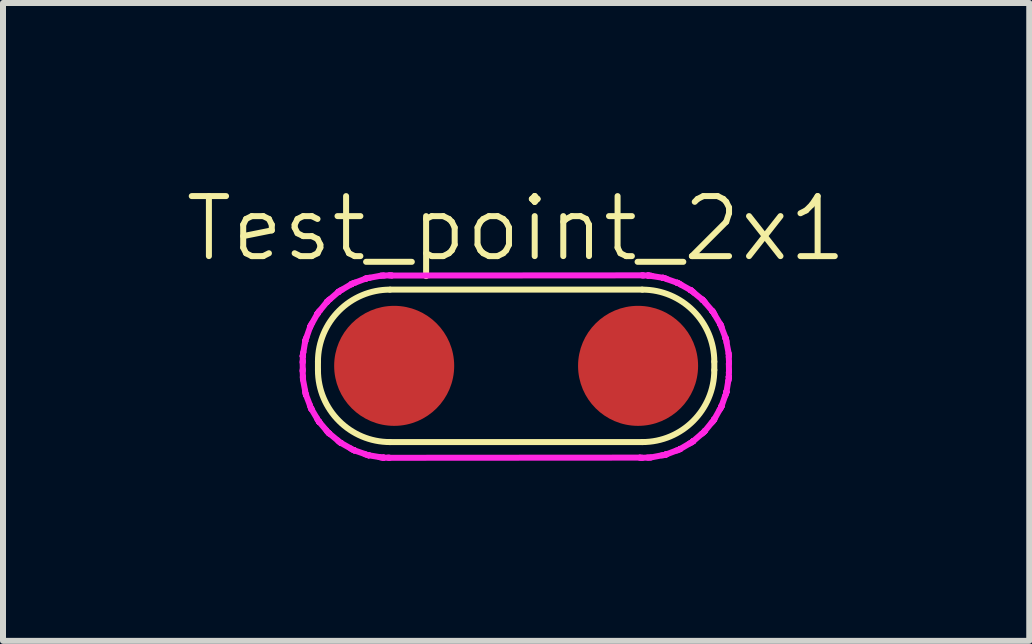
<source format=kicad_pcb>
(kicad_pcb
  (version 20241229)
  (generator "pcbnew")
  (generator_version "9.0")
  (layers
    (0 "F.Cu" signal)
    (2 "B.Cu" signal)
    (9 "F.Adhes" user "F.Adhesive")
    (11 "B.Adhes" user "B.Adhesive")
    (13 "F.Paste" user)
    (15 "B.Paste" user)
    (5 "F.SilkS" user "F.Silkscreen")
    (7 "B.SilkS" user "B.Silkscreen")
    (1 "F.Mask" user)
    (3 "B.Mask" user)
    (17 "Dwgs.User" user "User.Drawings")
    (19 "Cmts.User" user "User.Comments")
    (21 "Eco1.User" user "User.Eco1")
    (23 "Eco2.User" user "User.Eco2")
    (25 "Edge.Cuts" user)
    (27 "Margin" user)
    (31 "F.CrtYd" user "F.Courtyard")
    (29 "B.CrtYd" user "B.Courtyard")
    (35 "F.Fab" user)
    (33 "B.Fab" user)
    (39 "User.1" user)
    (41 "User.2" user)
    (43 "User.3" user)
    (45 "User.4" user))
  (footprint "Test_point_2x1"
    (layer "F.Cu")
    (at 5.55 3.046)
    (property "Reference" "Test_point_2x1" (at 0 -2.286 0) (unlocked yes) (layer "F.SilkS") (effects (font (size 1 1) (thickness 0.1))))
    (attr smd)
    (fp_line (start -3.302 0.07) (end -3.302 -0.07) (stroke (width 0.1) (type default)) (layer "F.SilkS"))
    (fp_line (start -2.102 -1.27) (end 2.102 -1.27) (stroke (width 0.1) (type default)) (layer "F.SilkS"))
    (fp_line (start 2.102 1.27) (end -2.102 1.27) (stroke (width 0.1) (type default)) (layer "F.SilkS"))
    (fp_line (start 3.302 -0.07) (end 3.302 0.07) (stroke (width 0.1) (type default)) (layer "F.SilkS"))
    (fp_arc (start -3.302 -0.07) (mid -2.950528 -0.918528) (end -2.102 -1.27) (stroke (width 0.1) (type default)) (layer "F.SilkS"))
    (fp_arc (start -2.102 1.27) (mid -2.950528 0.918528) (end -3.302 0.07) (stroke (width 0.1) (type default)) (layer "F.SilkS"))
    (fp_arc (start 2.102 -1.27) (mid 2.950528 -0.918528) (end 3.302 -0.07) (stroke (width 0.1) (type default)) (layer "F.SilkS"))
    (fp_arc (start 3.302 0.07) (mid 2.950528 0.918528) (end 2.102 1.27) (stroke (width 0.1) (type default)) (layer "F.SilkS"))
    (fp_line (start -3.557 -0.056) (end -3.556 -0.068) (stroke (width 0.1) (type default)) (layer "F.CrtYd"))
    (fp_line (start -3.557 0.089) (end -3.557 0.077) (stroke (width 0.1) (type default)) (layer "F.CrtYd"))
    (fp_line (start -3.557 0.077) (end -3.555 0.056) (stroke (width 0.1) (type default)) (layer "F.CrtYd"))
    (fp_line (start -3.556 -0.068) (end -3.555 -0.086) (stroke (width 0.1) (type default)) (layer "F.CrtYd"))
    (fp_line (start -3.555 0.056) (end -3.557 -0.056) (stroke (width 0.1) (type default)) (layer "F.CrtYd"))
    (fp_line (start -3.555 -0.166) (end -3.554 -0.178) (stroke (width 0.1) (type default)) (layer "F.CrtYd"))
    (fp_line (start -3.555 -0.16) (end -3.555 -0.166) (stroke (width 0.1) (type default)) (layer "F.CrtYd"))
    (fp_line (start -3.555 -0.16) (end -3.554 -0.16) (stroke (width 0.1) (type default)) (layer "F.CrtYd"))
    (fp_line (start -3.555 -0.086) (end -3.555 -0.16) (stroke (width 0.1) (type default)) (layer "F.CrtYd"))
    (fp_line (start -3.554 0.191) (end -3.553 0.174) (stroke (width 0.1) (type default)) (layer "F.CrtYd"))
    (fp_line (start -3.554 -0.16) (end -3.555 -0.16) (stroke (width 0.1) (type default)) (layer "F.CrtYd"))
    (fp_line (start -3.554 -0.16) (end -3.554 -0.16) (stroke (width 0.1) (type default)) (layer "F.CrtYd"))
    (fp_line (start -3.554 -0.178) (end -3.551 -0.207) (stroke (width 0.1) (type default)) (layer "F.CrtYd"))
    (fp_line (start -3.553 0.174) (end -3.557 0.089) (stroke (width 0.1) (type default)) (layer "F.CrtYd"))
    (fp_line (start -3.552 0.22) (end -3.554 0.191) (stroke (width 0.1) (type default)) (layer "F.CrtYd"))
    (fp_line (start -3.551 0.231) (end -3.552 0.22) (stroke (width 0.1) (type default)) (layer "F.CrtYd"))
    (fp_line (start -3.551 -0.207) (end -3.545 -0.228) (stroke (width 0.1) (type default)) (layer "F.CrtYd"))
    (fp_line (start -3.545 -0.228) (end -3.515 -0.408) (stroke (width 0.1) (type default)) (layer "F.CrtYd"))
    (fp_line (start -3.516 0.414) (end -3.551 0.231) (stroke (width 0.1) (type default)) (layer "F.CrtYd"))
    (fp_line (start -3.515 -0.408) (end -3.514 -0.408) (stroke (width 0.1) (type default)) (layer "F.CrtYd"))
    (fp_line (start -3.515 -0.408) (end -3.515 -0.412) (stroke (width 0.1) (type default)) (layer "F.CrtYd"))
    (fp_line (start -3.515 -0.412) (end -3.512 -0.422) (stroke (width 0.1) (type default)) (layer "F.CrtYd"))
    (fp_line (start -3.514 -0.408) (end -3.514 -0.408) (stroke (width 0.1) (type default)) (layer "F.CrtYd"))
    (fp_line (start -3.514 -0.408) (end -3.515 -0.408) (stroke (width 0.1) (type default)) (layer "F.CrtYd"))
    (fp_line (start -3.514 0.441) (end -3.516 0.414) (stroke (width 0.1) (type default)) (layer "F.CrtYd"))
    (fp_line (start -3.512 -0.422) (end -3.504 -0.451) (stroke (width 0.1) (type default)) (layer "F.CrtYd"))
    (fp_line (start -3.506 0.469) (end -3.514 0.441) (stroke (width 0.1) (type default)) (layer "F.CrtYd"))
    (fp_line (start -3.504 -0.451) (end -3.493 -0.475) (stroke (width 0.1) (type default)) (layer "F.CrtYd"))
    (fp_line (start -3.503 0.48) (end -3.506 0.469) (stroke (width 0.1) (type default)) (layer "F.CrtYd"))
    (fp_line (start -3.502 0.483) (end -3.503 0.48) (stroke (width 0.1) (type default)) (layer "F.CrtYd"))
    (fp_line (start -3.502 0.483) (end -3.5 0.482) (stroke (width 0.1) (type default)) (layer "F.CrtYd"))
    (fp_line (start -3.5 0.482) (end -3.502 0.483) (stroke (width 0.1) (type default)) (layer "F.CrtYd"))
    (fp_line (start -3.5 0.482) (end -3.5 0.482) (stroke (width 0.1) (type default)) (layer "F.CrtYd"))
    (fp_line (start -3.493 -0.475) (end -3.433 -0.648) (stroke (width 0.1) (type default)) (layer "F.CrtYd"))
    (fp_line (start -3.437 0.653) (end -3.502 0.483) (stroke (width 0.1) (type default)) (layer "F.CrtYd"))
    (fp_line (start -3.433 -0.648) (end -3.432 -0.647) (stroke (width 0.1) (type default)) (layer "F.CrtYd"))
    (fp_line (start -3.433 -0.648) (end -3.432 -0.651) (stroke (width 0.1) (type default)) (layer "F.CrtYd"))
    (fp_line (start -3.432 -0.651) (end -3.428 -0.661) (stroke (width 0.1) (type default)) (layer "F.CrtYd"))
    (fp_line (start -3.432 -0.647) (end -3.432 -0.647) (stroke (width 0.1) (type default)) (layer "F.CrtYd"))
    (fp_line (start -3.432 -0.647) (end -3.433 -0.648) (stroke (width 0.1) (type default)) (layer "F.CrtYd"))
    (fp_line (start -3.43 0.679) (end -3.437 0.653) (stroke (width 0.1) (type default)) (layer "F.CrtYd"))
    (fp_line (start -3.428 -0.661) (end -3.415 -0.687) (stroke (width 0.1) (type default)) (layer "F.CrtYd"))
    (fp_line (start -3.418 0.706) (end -3.43 0.679) (stroke (width 0.1) (type default)) (layer "F.CrtYd"))
    (fp_line (start -3.415 -0.687) (end -3.4 -0.71) (stroke (width 0.1) (type default)) (layer "F.CrtYd"))
    (fp_line (start -3.413 0.716) (end -3.418 0.706) (stroke (width 0.1) (type default)) (layer "F.CrtYd"))
    (fp_line (start -3.411 0.719) (end -3.413 0.716) (stroke (width 0.1) (type default)) (layer "F.CrtYd"))
    (fp_line (start -3.411 0.719) (end -3.41 0.718) (stroke (width 0.1) (type default)) (layer "F.CrtYd"))
    (fp_line (start -3.41 0.718) (end -3.411 0.719) (stroke (width 0.1) (type default)) (layer "F.CrtYd"))
    (fp_line (start -3.41 0.718) (end -3.41 0.718) (stroke (width 0.1) (type default)) (layer "F.CrtYd"))
    (fp_line (start -3.4 -0.71) (end -3.311 -0.869) (stroke (width 0.1) (type default)) (layer "F.CrtYd"))
    (fp_line (start -3.318 0.876) (end -3.411 0.719) (stroke (width 0.1) (type default)) (layer "F.CrtYd"))
    (fp_line (start -3.311 -0.869) (end -3.309 -0.868) (stroke (width 0.1) (type default)) (layer "F.CrtYd"))
    (fp_line (start -3.311 -0.869) (end -3.309 -0.872) (stroke (width 0.1) (type default)) (layer "F.CrtYd"))
    (fp_line (start -3.309 -0.868) (end -3.309 -0.868) (stroke (width 0.1) (type default)) (layer "F.CrtYd"))
    (fp_line (start -3.309 -0.868) (end -3.311 -0.869) (stroke (width 0.1) (type default)) (layer "F.CrtYd"))
    (fp_line (start -3.309 -0.872) (end -3.303 -0.881) (stroke (width 0.1) (type default)) (layer "F.CrtYd"))
    (fp_line (start -3.306 0.9) (end -3.318 0.876) (stroke (width 0.1) (type default)) (layer "F.CrtYd"))
    (fp_line (start -3.303 -0.881) (end -3.286 -0.905) (stroke (width 0.1) (type default)) (layer "F.CrtYd"))
    (fp_line (start -3.289 0.924) (end -3.306 0.9) (stroke (width 0.1) (type default)) (layer "F.CrtYd"))
    (fp_line (start -3.286 -0.905) (end -3.267 -0.924) (stroke (width 0.1) (type default)) (layer "F.CrtYd"))
    (fp_line (start -3.283 0.933) (end -3.289 0.924) (stroke (width 0.1) (type default)) (layer "F.CrtYd"))
    (fp_line (start -3.281 0.936) (end -3.283 0.933) (stroke (width 0.1) (type default)) (layer "F.CrtYd"))
    (fp_line (start -3.28 0.936) (end -3.279 0.935) (stroke (width 0.1) (type default)) (layer "F.CrtYd"))
    (fp_line (start -3.28 0.935) (end -3.281 0.936) (stroke (width 0.1) (type default)) (layer "F.CrtYd"))
    (fp_line (start -3.279 0.935) (end -3.28 0.935) (stroke (width 0.1) (type default)) (layer "F.CrtYd"))
    (fp_line (start -3.267 -0.924) (end -3.152 -1.066) (stroke (width 0.1) (type default)) (layer "F.CrtYd"))
    (fp_line (start -3.162 1.074) (end -3.28 0.936) (stroke (width 0.1) (type default)) (layer "F.CrtYd"))
    (fp_line (start -3.152 -1.066) (end -3.15 -1.065) (stroke (width 0.1) (type default)) (layer "F.CrtYd"))
    (fp_line (start -3.152 -1.066) (end -3.149 -1.068) (stroke (width 0.1) (type default)) (layer "F.CrtYd"))
    (fp_line (start -3.15 -1.065) (end -3.15 -1.065) (stroke (width 0.1) (type default)) (layer "F.CrtYd"))
    (fp_line (start -3.15 -1.065) (end -3.152 -1.066) (stroke (width 0.1) (type default)) (layer "F.CrtYd"))
    (fp_line (start -3.149 -1.068) (end -3.142 -1.076) (stroke (width 0.1) (type default)) (layer "F.CrtYd"))
    (fp_line (start -3.146 1.096) (end -3.162 1.074) (stroke (width 0.1) (type default)) (layer "F.CrtYd"))
    (fp_line (start -3.142 -1.076) (end -3.121 -1.097) (stroke (width 0.1) (type default)) (layer "F.CrtYd"))
    (fp_line (start -3.125 1.117) (end -3.146 1.096) (stroke (width 0.1) (type default)) (layer "F.CrtYd"))
    (fp_line (start -3.121 -1.097) (end -3.099 -1.113) (stroke (width 0.1) (type default)) (layer "F.CrtYd"))
    (fp_line (start -3.117 1.124) (end -3.125 1.117) (stroke (width 0.1) (type default)) (layer "F.CrtYd"))
    (fp_line (start -3.114 1.126) (end -3.117 1.124) (stroke (width 0.1) (type default)) (layer "F.CrtYd"))
    (fp_line (start -3.114 1.126) (end -3.114 1.126) (stroke (width 0.1) (type default)) (layer "F.CrtYd"))
    (fp_line (start -3.114 1.126) (end -3.114 1.126) (stroke (width 0.1) (type default)) (layer "F.CrtYd"))
    (fp_line (start -3.114 1.126) (end -3.114 1.126) (stroke (width 0.1) (type default)) (layer "F.CrtYd"))
    (fp_line (start -3.099 -1.113) (end -2.961 -1.232) (stroke (width 0.1) (type default)) (layer "F.CrtYd"))
    (fp_line (start -2.973 1.242) (end -3.114 1.126) (stroke (width 0.1) (type default)) (layer "F.CrtYd"))
    (fp_line (start -2.961 -1.232) (end -2.96 -1.23) (stroke (width 0.1) (type default)) (layer "F.CrtYd"))
    (fp_line (start -2.961 -1.232) (end -2.958 -1.234) (stroke (width 0.1) (type default)) (layer "F.CrtYd"))
    (fp_line (start -2.96 -1.23) (end -2.96 -1.23) (stroke (width 0.1) (type default)) (layer "F.CrtYd"))
    (fp_line (start -2.96 -1.23) (end -2.961 -1.232) (stroke (width 0.1) (type default)) (layer "F.CrtYd"))
    (fp_line (start -2.958 -1.234) (end -2.95 -1.241) (stroke (width 0.1) (type default)) (layer "F.CrtYd"))
    (fp_line (start -2.954 1.261) (end -2.973 1.242) (stroke (width 0.1) (type default)) (layer "F.CrtYd"))
    (fp_line (start -2.95 -1.241) (end -2.925 -1.257) (stroke (width 0.1) (type default)) (layer "F.CrtYd"))
    (fp_line (start -2.93 1.278) (end -2.954 1.261) (stroke (width 0.1) (type default)) (layer "F.CrtYd"))
    (fp_line (start -2.925 -1.257) (end -2.901 -1.269) (stroke (width 0.1) (type default)) (layer "F.CrtYd"))
    (fp_line (start -2.921 1.284) (end -2.93 1.278) (stroke (width 0.1) (type default)) (layer "F.CrtYd"))
    (fp_line (start -2.918 1.285) (end -2.921 1.284) (stroke (width 0.1) (type default)) (layer "F.CrtYd"))
    (fp_line (start -2.918 1.285) (end -2.917 1.285) (stroke (width 0.1) (type default)) (layer "F.CrtYd"))
    (fp_line (start -2.917 1.285) (end -2.918 1.285) (stroke (width 0.1) (type default)) (layer "F.CrtYd"))
    (fp_line (start -2.917 1.285) (end -2.917 1.285) (stroke (width 0.1) (type default)) (layer "F.CrtYd"))
    (fp_line (start -2.901 -1.269) (end -2.744 -1.362) (stroke (width 0.1) (type default)) (layer "F.CrtYd"))
    (fp_line (start -2.759 1.375) (end -2.918 1.285) (stroke (width 0.1) (type default)) (layer "F.CrtYd"))
    (fp_line (start -2.744 -1.362) (end -2.743 -1.36) (stroke (width 0.1) (type default)) (layer "F.CrtYd"))
    (fp_line (start -2.744 -1.362) (end -2.741 -1.364) (stroke (width 0.1) (type default)) (layer "F.CrtYd"))
    (fp_line (start -2.743 -1.36) (end -2.743 -1.36) (stroke (width 0.1) (type default)) (layer "F.CrtYd"))
    (fp_line (start -2.743 -1.36) (end -2.744 -1.362) (stroke (width 0.1) (type default)) (layer "F.CrtYd"))
    (fp_line (start -2.741 -1.364) (end -2.731 -1.369) (stroke (width 0.1) (type default)) (layer "F.CrtYd"))
    (fp_line (start -2.736 1.39) (end -2.759 1.375) (stroke (width 0.1) (type default)) (layer "F.CrtYd"))
    (fp_line (start -2.731 -1.369) (end -2.705 -1.381) (stroke (width 0.1) (type default)) (layer "F.CrtYd"))
    (fp_line (start -2.71 1.403) (end -2.736 1.39) (stroke (width 0.1) (type default)) (layer "F.CrtYd"))
    (fp_line (start -2.705 -1.381) (end -2.679 -1.388) (stroke (width 0.1) (type default)) (layer "F.CrtYd"))
    (fp_line (start -2.7 1.407) (end -2.71 1.403) (stroke (width 0.1) (type default)) (layer "F.CrtYd"))
    (fp_line (start -2.696 1.408) (end -2.7 1.407) (stroke (width 0.1) (type default)) (layer "F.CrtYd"))
    (fp_line (start -2.696 1.408) (end -2.696 1.407) (stroke (width 0.1) (type default)) (layer "F.CrtYd"))
    (fp_line (start -2.696 1.407) (end -2.696 1.408) (stroke (width 0.1) (type default)) (layer "F.CrtYd"))
    (fp_line (start -2.696 1.407) (end -2.696 1.407) (stroke (width 0.1) (type default)) (layer "F.CrtYd"))
    (fp_line (start -2.679 -1.388) (end -2.508 -1.453) (stroke (width 0.1) (type default)) (layer "F.CrtYd"))
    (fp_line (start -2.524 1.468) (end -2.696 1.408) (stroke (width 0.1) (type default)) (layer "F.CrtYd"))
    (fp_line (start -2.508 -1.453) (end -2.507 -1.451) (stroke (width 0.1) (type default)) (layer "F.CrtYd"))
    (fp_line (start -2.508 -1.453) (end -2.505 -1.454) (stroke (width 0.1) (type default)) (layer "F.CrtYd"))
    (fp_line (start -2.507 -1.451) (end -2.507 -1.451) (stroke (width 0.1) (type default)) (layer "F.CrtYd"))
    (fp_line (start -2.507 -1.451) (end -2.508 -1.453) (stroke (width 0.1) (type default)) (layer "F.CrtYd"))
    (fp_line (start -2.505 -1.454) (end -2.494 -1.457) (stroke (width 0.1) (type default)) (layer "F.CrtYd"))
    (fp_line (start -2.499 1.479) (end -2.524 1.468) (stroke (width 0.1) (type default)) (layer "F.CrtYd"))
    (fp_line (start -2.494 -1.457) (end -2.466 -1.465) (stroke (width 0.1) (type default)) (layer "F.CrtYd"))
    (fp_line (start -2.471 1.487) (end -2.499 1.479) (stroke (width 0.1) (type default)) (layer "F.CrtYd"))
    (fp_line (start -2.466 -1.465) (end -2.439 -1.468) (stroke (width 0.1) (type default)) (layer "F.CrtYd"))
    (fp_line (start -2.46 1.49) (end -2.471 1.487) (stroke (width 0.1) (type default)) (layer "F.CrtYd"))
    (fp_line (start -2.457 1.49) (end -2.46 1.49) (stroke (width 0.1) (type default)) (layer "F.CrtYd"))
    (fp_line (start -2.457 1.49) (end -2.457 1.489) (stroke (width 0.1) (type default)) (layer "F.CrtYd"))
    (fp_line (start -2.457 1.489) (end -2.457 1.49) (stroke (width 0.1) (type default)) (layer "F.CrtYd"))
    (fp_line (start -2.457 1.489) (end -2.457 1.489) (stroke (width 0.1) (type default)) (layer "F.CrtYd"))
    (fp_line (start -2.439 -1.468) (end -2.256 -1.502) (stroke (width 0.1) (type default)) (layer "F.CrtYd"))
    (fp_line (start -2.277 1.52) (end -2.457 1.49) (stroke (width 0.1) (type default)) (layer "F.CrtYd"))
    (fp_line (start -2.256 -1.502) (end -2.245 -1.503) (stroke (width 0.1) (type default)) (layer "F.CrtYd"))
    (fp_line (start -2.256 1.525) (end -2.277 1.52) (stroke (width 0.1) (type default)) (layer "F.CrtYd"))
    (fp_line (start -2.245 -1.503) (end -2.216 -1.506) (stroke (width 0.1) (type default)) (layer "F.CrtYd"))
    (fp_line (start -2.227 1.529) (end -2.256 1.525) (stroke (width 0.1) (type default)) (layer "F.CrtYd"))
    (fp_line (start -2.216 -1.506) (end -2.199 -1.504) (stroke (width 0.1) (type default)) (layer "F.CrtYd"))
    (fp_line (start -2.215 1.53) (end -2.227 1.529) (stroke (width 0.1) (type default)) (layer "F.CrtYd"))
    (fp_line (start -2.208 1.529) (end -2.208 1.53) (stroke (width 0.1) (type default)) (layer "F.CrtYd"))
    (fp_line (start -2.208 1.53) (end -2.215 1.53) (stroke (width 0.1) (type default)) (layer "F.CrtYd"))
    (fp_line (start -2.208 1.529) (end -2.208 1.529) (stroke (width 0.1) (type default)) (layer "F.CrtYd"))
    (fp_line (start -2.208 1.53) (end -2.208 1.529) (stroke (width 0.1) (type default)) (layer "F.CrtYd"))
    (fp_line (start -2.199 -1.504) (end -2.114 -1.508) (stroke (width 0.1) (type default)) (layer "F.CrtYd"))
    (fp_line (start -2.135 1.53) (end -2.208 1.53) (stroke (width 0.1) (type default)) (layer "F.CrtYd"))
    (fp_line (start -2.117 1.531) (end -2.135 1.53) (stroke (width 0.1) (type default)) (layer "F.CrtYd"))
    (fp_line (start -2.114 -1.508) (end -2.102 -1.508) (stroke (width 0.1) (type default)) (layer "F.CrtYd"))
    (fp_line (start -2.107 1.532) (end -2.117 1.531) (stroke (width 0.1) (type default)) (layer "F.CrtYd"))
    (fp_line (start -2.102 -1.508) (end -2.073 -1.506) (stroke (width 0.1) (type default)) (layer "F.CrtYd"))
    (fp_line (start -2.073 -1.506) (end -2.072 -1.505) (stroke (width 0.1) (type default)) (layer "F.CrtYd"))
    (fp_line (start -2.072 -1.505) (end 2.097 -1.508) (stroke (width 0.1) (type default)) (layer "F.CrtYd"))
    (fp_line (start 2.062 1.529) (end -2.107 1.532) (stroke (width 0.1) (type default)) (layer "F.CrtYd"))
    (fp_line (start 2.063 1.529) (end 2.062 1.529) (stroke (width 0.1) (type default)) (layer "F.CrtYd"))
    (fp_line (start 2.092 1.531) (end 2.063 1.529) (stroke (width 0.1) (type default)) (layer "F.CrtYd"))
    (fp_line (start 2.097 -1.508) (end 2.107 -1.508) (stroke (width 0.1) (type default)) (layer "F.CrtYd"))
    (fp_line (start 2.104 1.532) (end 2.092 1.531) (stroke (width 0.1) (type default)) (layer "F.CrtYd"))
    (fp_line (start 2.107 -1.508) (end 2.125 -1.506) (stroke (width 0.1) (type default)) (layer "F.CrtYd"))
    (fp_line (start 2.125 -1.506) (end 2.198 -1.506) (stroke (width 0.1) (type default)) (layer "F.CrtYd"))
    (fp_line (start 2.189 1.528) (end 2.104 1.532) (stroke (width 0.1) (type default)) (layer "F.CrtYd"))
    (fp_line (start 2.198 -1.506) (end 2.198 -1.504) (stroke (width 0.1) (type default)) (layer "F.CrtYd"))
    (fp_line (start 2.198 -1.504) (end 2.198 -1.504) (stroke (width 0.1) (type default)) (layer "F.CrtYd"))
    (fp_line (start 2.198 -1.506) (end 2.205 -1.506) (stroke (width 0.1) (type default)) (layer "F.CrtYd"))
    (fp_line (start 2.198 -1.504) (end 2.198 -1.506) (stroke (width 0.1) (type default)) (layer "F.CrtYd"))
    (fp_line (start 2.205 -1.506) (end 2.217 -1.505) (stroke (width 0.1) (type default)) (layer "F.CrtYd"))
    (fp_line (start 2.206 1.529) (end 2.189 1.528) (stroke (width 0.1) (type default)) (layer "F.CrtYd"))
    (fp_line (start 2.217 -1.505) (end 2.246 -1.502) (stroke (width 0.1) (type default)) (layer "F.CrtYd"))
    (fp_line (start 2.235 1.527) (end 2.206 1.529) (stroke (width 0.1) (type default)) (layer "F.CrtYd"))
    (fp_line (start 2.246 -1.502) (end 2.267 -1.496) (stroke (width 0.1) (type default)) (layer "F.CrtYd"))
    (fp_line (start 2.246 1.526) (end 2.235 1.527) (stroke (width 0.1) (type default)) (layer "F.CrtYd"))
    (fp_line (start 2.267 -1.496) (end 2.447 -1.467) (stroke (width 0.1) (type default)) (layer "F.CrtYd"))
    (fp_line (start 2.429 1.491) (end 2.246 1.526) (stroke (width 0.1) (type default)) (layer "F.CrtYd"))
    (fp_line (start 2.447 -1.465) (end 2.447 -1.465) (stroke (width 0.1) (type default)) (layer "F.CrtYd"))
    (fp_line (start 2.447 -1.465) (end 2.447 -1.467) (stroke (width 0.1) (type default)) (layer "F.CrtYd"))
    (fp_line (start 2.447 -1.467) (end 2.447 -1.465) (stroke (width 0.1) (type default)) (layer "F.CrtYd"))
    (fp_line (start 2.447 -1.467) (end 2.45 -1.466) (stroke (width 0.1) (type default)) (layer "F.CrtYd"))
    (fp_line (start 2.45 -1.466) (end 2.461 -1.464) (stroke (width 0.1) (type default)) (layer "F.CrtYd"))
    (fp_line (start 2.456 1.488) (end 2.429 1.491) (stroke (width 0.1) (type default)) (layer "F.CrtYd"))
    (fp_line (start 2.461 -1.464) (end 2.49 -1.456) (stroke (width 0.1) (type default)) (layer "F.CrtYd"))
    (fp_line (start 2.484 1.481) (end 2.456 1.488) (stroke (width 0.1) (type default)) (layer "F.CrtYd"))
    (fp_line (start 2.49 -1.456) (end 2.514 -1.445) (stroke (width 0.1) (type default)) (layer "F.CrtYd"))
    (fp_line (start 2.495 1.478) (end 2.484 1.481) (stroke (width 0.1) (type default)) (layer "F.CrtYd"))
    (fp_line (start 2.497 1.475) (end 2.498 1.477) (stroke (width 0.1) (type default)) (layer "F.CrtYd"))
    (fp_line (start 2.497 1.475) (end 2.497 1.475) (stroke (width 0.1) (type default)) (layer "F.CrtYd"))
    (fp_line (start 2.498 1.477) (end 2.495 1.478) (stroke (width 0.1) (type default)) (layer "F.CrtYd"))
    (fp_line (start 2.498 1.477) (end 2.497 1.475) (stroke (width 0.1) (type default)) (layer "F.CrtYd"))
    (fp_line (start 2.514 -1.445) (end 2.686 -1.384) (stroke (width 0.1) (type default)) (layer "F.CrtYd"))
    (fp_line (start 2.669 1.412) (end 2.498 1.477) (stroke (width 0.1) (type default)) (layer "F.CrtYd"))
    (fp_line (start 2.686 -1.382) (end 2.686 -1.382) (stroke (width 0.1) (type default)) (layer "F.CrtYd"))
    (fp_line (start 2.686 -1.382) (end 2.686 -1.384) (stroke (width 0.1) (type default)) (layer "F.CrtYd"))
    (fp_line (start 2.686 -1.384) (end 2.686 -1.382) (stroke (width 0.1) (type default)) (layer "F.CrtYd"))
    (fp_line (start 2.686 -1.384) (end 2.69 -1.383) (stroke (width 0.1) (type default)) (layer "F.CrtYd"))
    (fp_line (start 2.69 -1.383) (end 2.7 -1.379) (stroke (width 0.1) (type default)) (layer "F.CrtYd"))
    (fp_line (start 2.695 1.405) (end 2.669 1.412) (stroke (width 0.1) (type default)) (layer "F.CrtYd"))
    (fp_line (start 2.7 -1.379) (end 2.726 -1.366) (stroke (width 0.1) (type default)) (layer "F.CrtYd"))
    (fp_line (start 2.721 1.393) (end 2.695 1.405) (stroke (width 0.1) (type default)) (layer "F.CrtYd"))
    (fp_line (start 2.726 -1.366) (end 2.749 -1.351) (stroke (width 0.1) (type default)) (layer "F.CrtYd"))
    (fp_line (start 2.731 1.387) (end 2.721 1.393) (stroke (width 0.1) (type default)) (layer "F.CrtYd"))
    (fp_line (start 2.733 1.384) (end 2.734 1.386) (stroke (width 0.1) (type default)) (layer "F.CrtYd"))
    (fp_line (start 2.733 1.384) (end 2.733 1.384) (stroke (width 0.1) (type default)) (layer "F.CrtYd"))
    (fp_line (start 2.734 1.386) (end 2.731 1.387) (stroke (width 0.1) (type default)) (layer "F.CrtYd"))
    (fp_line (start 2.734 1.386) (end 2.733 1.384) (stroke (width 0.1) (type default)) (layer "F.CrtYd"))
    (fp_line (start 2.749 -1.351) (end 2.908 -1.262) (stroke (width 0.1) (type default)) (layer "F.CrtYd"))
    (fp_line (start 2.891 1.293) (end 2.734 1.386) (stroke (width 0.1) (type default)) (layer "F.CrtYd"))
    (fp_line (start 2.907 -1.26) (end 2.907 -1.26) (stroke (width 0.1) (type default)) (layer "F.CrtYd"))
    (fp_line (start 2.907 -1.26) (end 2.908 -1.262) (stroke (width 0.1) (type default)) (layer "F.CrtYd"))
    (fp_line (start 2.908 -1.262) (end 2.907 -1.26) (stroke (width 0.1) (type default)) (layer "F.CrtYd"))
    (fp_line (start 2.908 -1.262) (end 2.911 -1.26) (stroke (width 0.1) (type default)) (layer "F.CrtYd"))
    (fp_line (start 2.911 -1.26) (end 2.92 -1.254) (stroke (width 0.1) (type default)) (layer "F.CrtYd"))
    (fp_line (start 2.915 1.281) (end 2.891 1.293) (stroke (width 0.1) (type default)) (layer "F.CrtYd"))
    (fp_line (start 2.92 -1.254) (end 2.944 -1.237) (stroke (width 0.1) (type default)) (layer "F.CrtYd"))
    (fp_line (start 2.94 1.264) (end 2.915 1.281) (stroke (width 0.1) (type default)) (layer "F.CrtYd"))
    (fp_line (start 2.944 -1.237) (end 2.963 -1.218) (stroke (width 0.1) (type default)) (layer "F.CrtYd"))
    (fp_line (start 2.948 1.257) (end 2.94 1.264) (stroke (width 0.1) (type default)) (layer "F.CrtYd"))
    (fp_line (start 2.95 1.254) (end 2.951 1.255) (stroke (width 0.1) (type default)) (layer "F.CrtYd"))
    (fp_line (start 2.95 1.254) (end 2.95 1.254) (stroke (width 0.1) (type default)) (layer "F.CrtYd"))
    (fp_line (start 2.951 1.255) (end 2.948 1.257) (stroke (width 0.1) (type default)) (layer "F.CrtYd"))
    (fp_line (start 2.951 1.255) (end 2.95 1.254) (stroke (width 0.1) (type default)) (layer "F.CrtYd"))
    (fp_line (start 2.963 -1.218) (end 3.104 -1.103) (stroke (width 0.1) (type default)) (layer "F.CrtYd"))
    (fp_line (start 3.089 1.136) (end 2.951 1.255) (stroke (width 0.1) (type default)) (layer "F.CrtYd"))
    (fp_line (start 3.103 -1.101) (end 3.103 -1.101) (stroke (width 0.1) (type default)) (layer "F.CrtYd"))
    (fp_line (start 3.103 -1.101) (end 3.104 -1.103) (stroke (width 0.1) (type default)) (layer "F.CrtYd"))
    (fp_line (start 3.104 -1.103) (end 3.103 -1.101) (stroke (width 0.1) (type default)) (layer "F.CrtYd"))
    (fp_line (start 3.104 -1.103) (end 3.107 -1.101) (stroke (width 0.1) (type default)) (layer "F.CrtYd"))
    (fp_line (start 3.107 -1.101) (end 3.115 -1.093) (stroke (width 0.1) (type default)) (layer "F.CrtYd"))
    (fp_line (start 3.111 1.12) (end 3.089 1.136) (stroke (width 0.1) (type default)) (layer "F.CrtYd"))
    (fp_line (start 3.115 -1.093) (end 3.136 -1.072) (stroke (width 0.1) (type default)) (layer "F.CrtYd"))
    (fp_line (start 3.132 1.1) (end 3.111 1.12) (stroke (width 0.1) (type default)) (layer "F.CrtYd"))
    (fp_line (start 3.136 -1.072) (end 3.152 -1.05) (stroke (width 0.1) (type default)) (layer "F.CrtYd"))
    (fp_line (start 3.14 1.092) (end 3.132 1.1) (stroke (width 0.1) (type default)) (layer "F.CrtYd"))
    (fp_line (start 3.14 1.088) (end 3.142 1.089) (stroke (width 0.1) (type default)) (layer "F.CrtYd"))
    (fp_line (start 3.14 1.088) (end 3.14 1.088) (stroke (width 0.1) (type default)) (layer "F.CrtYd"))
    (fp_line (start 3.142 1.089) (end 3.14 1.092) (stroke (width 0.1) (type default)) (layer "F.CrtYd"))
    (fp_line (start 3.142 1.089) (end 3.14 1.088) (stroke (width 0.1) (type default)) (layer "F.CrtYd"))
    (fp_line (start 3.152 -1.05) (end 3.271 -0.912) (stroke (width 0.1) (type default)) (layer "F.CrtYd"))
    (fp_line (start 3.257 0.948) (end 3.142 1.089) (stroke (width 0.1) (type default)) (layer "F.CrtYd"))
    (fp_line (start 3.269 -0.91) (end 3.269 -0.91) (stroke (width 0.1) (type default)) (layer "F.CrtYd"))
    (fp_line (start 3.269 -0.91) (end 3.271 -0.912) (stroke (width 0.1) (type default)) (layer "F.CrtYd"))
    (fp_line (start 3.271 -0.912) (end 3.269 -0.91) (stroke (width 0.1) (type default)) (layer "F.CrtYd"))
    (fp_line (start 3.271 -0.912) (end 3.273 -0.909) (stroke (width 0.1) (type default)) (layer "F.CrtYd"))
    (fp_line (start 3.273 -0.909) (end 3.279 -0.901) (stroke (width 0.1) (type default)) (layer "F.CrtYd"))
    (fp_line (start 3.276 0.929) (end 3.257 0.948) (stroke (width 0.1) (type default)) (layer "F.CrtYd"))
    (fp_line (start 3.279 -0.901) (end 3.296 -0.876) (stroke (width 0.1) (type default)) (layer "F.CrtYd"))
    (fp_line (start 3.293 0.905) (end 3.276 0.929) (stroke (width 0.1) (type default)) (layer "F.CrtYd"))
    (fp_line (start 3.296 -0.876) (end 3.308 -0.852) (stroke (width 0.1) (type default)) (layer "F.CrtYd"))
    (fp_line (start 3.299 0.895) (end 3.293 0.905) (stroke (width 0.1) (type default)) (layer "F.CrtYd"))
    (fp_line (start 3.299 0.892) (end 3.301 0.893) (stroke (width 0.1) (type default)) (layer "F.CrtYd"))
    (fp_line (start 3.299 0.892) (end 3.299 0.892) (stroke (width 0.1) (type default)) (layer "F.CrtYd"))
    (fp_line (start 3.301 0.893) (end 3.299 0.895) (stroke (width 0.1) (type default)) (layer "F.CrtYd"))
    (fp_line (start 3.301 0.893) (end 3.299 0.892) (stroke (width 0.1) (type default)) (layer "F.CrtYd"))
    (fp_line (start 3.308 -0.852) (end 3.401 -0.695) (stroke (width 0.1) (type default)) (layer "F.CrtYd"))
    (fp_line (start 3.39 0.733) (end 3.301 0.893) (stroke (width 0.1) (type default)) (layer "F.CrtYd"))
    (fp_line (start 3.399 -0.694) (end 3.399 -0.694) (stroke (width 0.1) (type default)) (layer "F.CrtYd"))
    (fp_line (start 3.399 -0.694) (end 3.401 -0.695) (stroke (width 0.1) (type default)) (layer "F.CrtYd"))
    (fp_line (start 3.401 -0.695) (end 3.399 -0.694) (stroke (width 0.1) (type default)) (layer "F.CrtYd"))
    (fp_line (start 3.401 -0.695) (end 3.403 -0.692) (stroke (width 0.1) (type default)) (layer "F.CrtYd"))
    (fp_line (start 3.403 -0.692) (end 3.408 -0.683) (stroke (width 0.1) (type default)) (layer "F.CrtYd"))
    (fp_line (start 3.405 0.711) (end 3.39 0.733) (stroke (width 0.1) (type default)) (layer "F.CrtYd"))
    (fp_line (start 3.408 -0.683) (end 3.42 -0.656) (stroke (width 0.1) (type default)) (layer "F.CrtYd"))
    (fp_line (start 3.418 0.685) (end 3.405 0.711) (stroke (width 0.1) (type default)) (layer "F.CrtYd"))
    (fp_line (start 3.42 -0.656) (end 3.427 -0.63) (stroke (width 0.1) (type default)) (layer "F.CrtYd"))
    (fp_line (start 3.421 0.671) (end 3.423 0.671) (stroke (width 0.1) (type default)) (layer "F.CrtYd"))
    (fp_line (start 3.421 0.671) (end 3.421 0.671) (stroke (width 0.1) (type default)) (layer "F.CrtYd"))
    (fp_line (start 3.422 0.674) (end 3.418 0.685) (stroke (width 0.1) (type default)) (layer "F.CrtYd"))
    (fp_line (start 3.423 0.671) (end 3.422 0.674) (stroke (width 0.1) (type default)) (layer "F.CrtYd"))
    (fp_line (start 3.423 0.671) (end 3.421 0.671) (stroke (width 0.1) (type default)) (layer "F.CrtYd"))
    (fp_line (start 3.427 -0.63) (end 3.492 -0.459) (stroke (width 0.1) (type default)) (layer "F.CrtYd"))
    (fp_line (start 3.483 0.499) (end 3.423 0.671) (stroke (width 0.1) (type default)) (layer "F.CrtYd"))
    (fp_line (start 3.489 -0.458) (end 3.489 -0.458) (stroke (width 0.1) (type default)) (layer "F.CrtYd"))
    (fp_line (start 3.489 -0.458) (end 3.492 -0.459) (stroke (width 0.1) (type default)) (layer "F.CrtYd"))
    (fp_line (start 3.492 -0.459) (end 3.489 -0.458) (stroke (width 0.1) (type default)) (layer "F.CrtYd"))
    (fp_line (start 3.492 -0.459) (end 3.493 -0.456) (stroke (width 0.1) (type default)) (layer "F.CrtYd"))
    (fp_line (start 3.493 -0.456) (end 3.496 -0.446) (stroke (width 0.1) (type default)) (layer "F.CrtYd"))
    (fp_line (start 3.495 0.474) (end 3.483 0.499) (stroke (width 0.1) (type default)) (layer "F.CrtYd"))
    (fp_line (start 3.496 -0.446) (end 3.504 -0.417) (stroke (width 0.1) (type default)) (layer "F.CrtYd"))
    (fp_line (start 3.502 0.446) (end 3.495 0.474) (stroke (width 0.1) (type default)) (layer "F.CrtYd"))
    (fp_line (start 3.504 -0.417) (end 3.506 -0.39) (stroke (width 0.1) (type default)) (layer "F.CrtYd"))
    (fp_line (start 3.504 0.432) (end 3.505 0.432) (stroke (width 0.1) (type default)) (layer "F.CrtYd"))
    (fp_line (start 3.504 0.432) (end 3.504 0.432) (stroke (width 0.1) (type default)) (layer "F.CrtYd"))
    (fp_line (start 3.505 0.435) (end 3.502 0.446) (stroke (width 0.1) (type default)) (layer "F.CrtYd"))
    (fp_line (start 3.505 0.432) (end 3.505 0.435) (stroke (width 0.1) (type default)) (layer "F.CrtYd"))
    (fp_line (start 3.505 0.432) (end 3.504 0.432) (stroke (width 0.1) (type default)) (layer "F.CrtYd"))
    (fp_line (start 3.506 -0.39) (end 3.541 -0.208) (stroke (width 0.1) (type default)) (layer "F.CrtYd"))
    (fp_line (start 3.535 0.251) (end 3.505 0.432) (stroke (width 0.1) (type default)) (layer "F.CrtYd"))
    (fp_line (start 3.541 0.231) (end 3.535 0.251) (stroke (width 0.1) (type default)) (layer "F.CrtYd"))
    (fp_line (start 3.541 -0.208) (end 3.542 -0.197) (stroke (width 0.1) (type default)) (layer "F.CrtYd"))
    (fp_line (start 3.542 -0.197) (end 3.545 -0.167) (stroke (width 0.1) (type default)) (layer "F.CrtYd"))
    (fp_line (start 3.543 0.183) (end 3.543 0.183) (stroke (width 0.1) (type default)) (layer "F.CrtYd"))
    (fp_line (start 3.543 0.183) (end 3.545 0.183) (stroke (width 0.1) (type default)) (layer "F.CrtYd"))
    (fp_line (start 3.543 -0.15) (end 3.547 -0.066) (stroke (width 0.1) (type default)) (layer "F.CrtYd"))
    (fp_line (start 3.544 0.202) (end 3.541 0.231) (stroke (width 0.1) (type default)) (layer "F.CrtYd"))
    (fp_line (start 3.545 -0.167) (end 3.543 -0.15) (stroke (width 0.1) (type default)) (layer "F.CrtYd"))
    (fp_line (start 3.545 0.11) (end 3.545 0.183) (stroke (width 0.1) (type default)) (layer "F.CrtYd"))
    (fp_line (start 3.545 0.183) (end 3.543 0.183) (stroke (width 0.1) (type default)) (layer "F.CrtYd"))
    (fp_line (start 3.545 0.183) (end 3.545 0.19) (stroke (width 0.1) (type default)) (layer "F.CrtYd"))
    (fp_line (start 3.545 0.19) (end 3.544 0.202) (stroke (width 0.1) (type default)) (layer "F.CrtYd"))
    (fp_line (start 3.545 -0.033) (end 3.547 0.08) (stroke (width 0.1) (type default)) (layer "F.CrtYd"))
    (fp_line (start 3.547 0.092) (end 3.545 0.11) (stroke (width 0.1) (type default)) (layer "F.CrtYd"))
    (fp_line (start 3.547 -0.054) (end 3.545 -0.033) (stroke (width 0.1) (type default)) (layer "F.CrtYd"))
    (fp_line (start 3.547 -0.066) (end 3.547 -0.054) (stroke (width 0.1) (type default)) (layer "F.CrtYd"))
    (fp_line (start 3.547 0.08) (end 3.547 0.092) (stroke (width 0.1) (type default)) (layer "F.CrtYd"))
    (pad "1" smd circle (at -2.032 0 90) (size 2 2) (layers "F.Cu"))
    (pad "2" smd circle (at 2.032 0 90) (size 2 2) (layers "F.Cu"))
    (zone (net_name "") (layer "F.Cu") (hatch edge 0.5) (connect_pads) (min_thickness 0.25) (filled_areas_thickness no) (keepout (tracks allowed) (vias allowed) (pads allowed) (copperpour not_allowed) (footprints allowed)) (placement (enabled no)) (fill) (polygon (pts (xy 3.467 2.132) (xy 7.684 2.132) (xy 7.684 3.961) (xy 3.467 3.961)))))
  (gr_rect
    (start -3 -3)
    (end 14.1 7.628)
    (stroke (width 0.1) (type default))
    (fill no)
    (layer "Edge.Cuts")))
</source>
